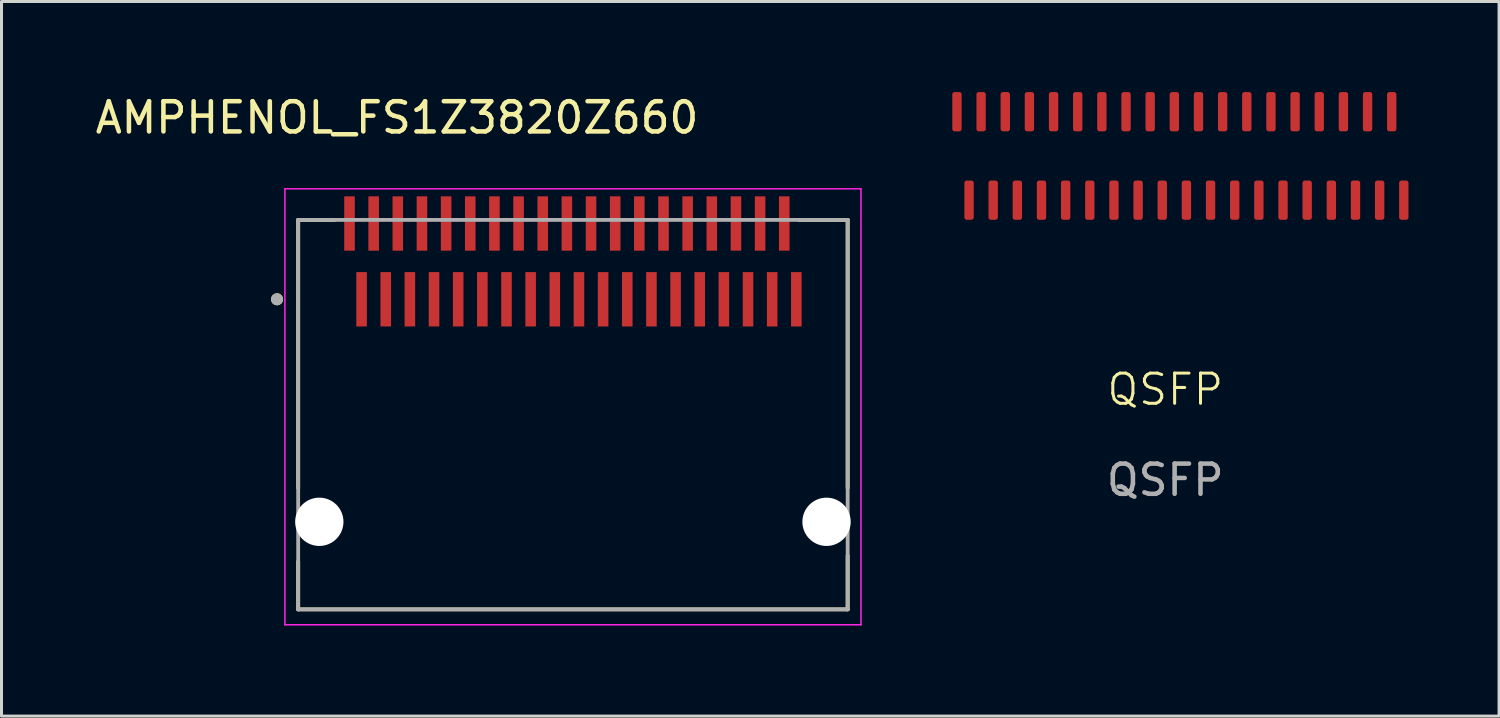
<source format=kicad_pcb>
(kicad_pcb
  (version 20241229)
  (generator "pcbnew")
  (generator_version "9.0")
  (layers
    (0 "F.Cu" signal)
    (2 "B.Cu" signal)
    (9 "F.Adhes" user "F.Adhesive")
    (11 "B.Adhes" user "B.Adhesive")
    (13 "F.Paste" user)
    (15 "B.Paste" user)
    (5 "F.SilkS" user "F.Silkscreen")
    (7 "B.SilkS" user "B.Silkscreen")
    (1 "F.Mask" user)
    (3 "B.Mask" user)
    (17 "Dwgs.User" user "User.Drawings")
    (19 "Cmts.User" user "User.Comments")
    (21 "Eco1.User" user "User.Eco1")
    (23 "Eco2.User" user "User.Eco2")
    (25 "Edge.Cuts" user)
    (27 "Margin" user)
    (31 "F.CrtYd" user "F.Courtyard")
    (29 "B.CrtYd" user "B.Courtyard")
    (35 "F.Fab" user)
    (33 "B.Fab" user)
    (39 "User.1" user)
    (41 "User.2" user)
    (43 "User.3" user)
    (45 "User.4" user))
  (footprint "QSFP"
    (layer "F.Cu")
    (at 35.246 2.25)
    (property "Reference" "QSFP" (at 0.3 7.6 0) (unlocked yes) (layer "F.SilkS") (effects (font (size 1 1) (thickness 0.1))))
    (attr smd)
    (fp_text user "${REFERENCE}" (at 0.3 10.6 0) (unlocked yes) (layer "F.Fab") (effects (font (size 1 1) (thickness 0.15))))
    (pad "1" smd roundrect (at 7.8 -1.6) (size 0.31 1.3) (layers "F.Cu" "F.Mask" "F.Paste") (roundrect_rratio 0.25))
    (pad "2" smd roundrect (at 7 -1.6) (size 0.31 1.3) (layers "F.Cu" "F.Mask" "F.Paste") (roundrect_rratio 0.25))
    (pad "3" smd roundrect (at 6.2 -1.6) (size 0.31 1.3) (layers "F.Cu" "F.Mask" "F.Paste") (roundrect_rratio 0.25))
    (pad "4" smd roundrect (at 5.4 -1.6) (size 0.31 1.3) (layers "F.Cu" "F.Mask" "F.Paste") (roundrect_rratio 0.25))
    (pad "5" smd roundrect (at 4.6 -1.6) (size 0.31 1.3) (layers "F.Cu" "F.Mask" "F.Paste") (roundrect_rratio 0.25))
    (pad "6" smd roundrect (at 3.8 -1.6) (size 0.31 1.3) (layers "F.Cu" "F.Mask" "F.Paste") (roundrect_rratio 0.25))
    (pad "7" smd roundrect (at 3 -1.6) (size 0.31 1.3) (layers "F.Cu" "F.Mask" "F.Paste") (roundrect_rratio 0.25))
    (pad "8" smd roundrect (at 2.2 -1.6) (size 0.31 1.3) (layers "F.Cu" "F.Mask" "F.Paste") (roundrect_rratio 0.25))
    (pad "9" smd roundrect (at 1.4 -1.6) (size 0.31 1.3) (layers "F.Cu" "F.Mask" "F.Paste") (roundrect_rratio 0.25))
    (pad "10" smd roundrect (at 0.6 -1.6) (size 0.31 1.3) (layers "F.Cu" "F.Mask" "F.Paste") (roundrect_rratio 0.25))
    (pad "11" smd roundrect (at -0.2 -1.6) (size 0.31 1.3) (layers "F.Cu" "F.Mask" "F.Paste") (roundrect_rratio 0.25))
    (pad "12" smd roundrect (at -1 -1.6) (size 0.31 1.3) (layers "F.Cu" "F.Mask" "F.Paste") (roundrect_rratio 0.25))
    (pad "13" smd roundrect (at -1.8 -1.6) (size 0.31 1.3) (layers "F.Cu" "F.Mask" "F.Paste") (roundrect_rratio 0.25))
    (pad "14" smd roundrect (at -2.6 -1.6) (size 0.31 1.3) (layers "F.Cu" "F.Mask" "F.Paste") (roundrect_rratio 0.25))
    (pad "15" smd roundrect (at -3.4 -1.6) (size 0.31 1.3) (layers "F.Cu" "F.Mask" "F.Paste") (roundrect_rratio 0.25))
    (pad "16" smd roundrect (at -4.2 -1.6) (size 0.31 1.3) (layers "F.Cu" "F.Mask" "F.Paste") (roundrect_rratio 0.25))
    (pad "17" smd roundrect (at -5 -1.6) (size 0.31 1.3) (layers "F.Cu" "F.Mask" "F.Paste") (roundrect_rratio 0.25))
    (pad "18" smd roundrect (at -5.8 -1.6) (size 0.31 1.3) (layers "F.Cu" "F.Mask" "F.Paste") (roundrect_rratio 0.25))
    (pad "19" smd roundrect (at -6.6 -1.6) (size 0.31 1.3) (layers "F.Cu" "F.Mask" "F.Paste") (roundrect_rratio 0.25))
    (pad "20" smd roundrect (at -6.2 1.33 180) (size 0.31 1.3) (layers "F.Cu" "F.Mask" "F.Paste") (roundrect_rratio 0.25))
    (pad "21" smd roundrect (at -5.4 1.33 180) (size 0.31 1.3) (layers "F.Cu" "F.Mask" "F.Paste") (roundrect_rratio 0.25))
    (pad "22" smd roundrect (at -4.6 1.33 180) (size 0.31 1.3) (layers "F.Cu" "F.Mask" "F.Paste") (roundrect_rratio 0.25))
    (pad "23" smd roundrect (at -3.8 1.33 180) (size 0.31 1.3) (layers "F.Cu" "F.Mask" "F.Paste") (roundrect_rratio 0.25))
    (pad "24" smd roundrect (at -3 1.33 180) (size 0.31 1.3) (layers "F.Cu" "F.Mask" "F.Paste") (roundrect_rratio 0.25))
    (pad "25" smd roundrect (at -2.2 1.33 180) (size 0.31 1.3) (layers "F.Cu" "F.Mask" "F.Paste") (roundrect_rratio 0.25))
    (pad "26" smd roundrect (at -1.4 1.33 180) (size 0.31 1.3) (layers "F.Cu" "F.Mask" "F.Paste") (roundrect_rratio 0.25))
    (pad "27" smd roundrect (at -0.6 1.33 180) (size 0.31 1.3) (layers "F.Cu" "F.Mask" "F.Paste") (roundrect_rratio 0.25))
    (pad "28" smd roundrect (at 0.2 1.33 180) (size 0.31 1.3) (layers "F.Cu" "F.Mask" "F.Paste") (roundrect_rratio 0.25))
    (pad "29" smd roundrect (at 1 1.33 180) (size 0.31 1.3) (layers "F.Cu" "F.Mask" "F.Paste") (roundrect_rratio 0.25))
    (pad "30" smd roundrect (at 1.8 1.33 180) (size 0.31 1.3) (layers "F.Cu" "F.Mask" "F.Paste") (roundrect_rratio 0.25))
    (pad "31" smd roundrect (at 2.6 1.33 180) (size 0.31 1.3) (layers "F.Cu" "F.Mask" "F.Paste") (roundrect_rratio 0.25))
    (pad "32" smd roundrect (at 3.4 1.33 180) (size 0.31 1.3) (layers "F.Cu" "F.Mask" "F.Paste") (roundrect_rratio 0.25))
    (pad "33" smd roundrect (at 4.2 1.33 180) (size 0.31 1.3) (layers "F.Cu" "F.Mask" "F.Paste") (roundrect_rratio 0.25))
    (pad "34" smd roundrect (at 5 1.33 180) (size 0.31 1.3) (layers "F.Cu" "F.Mask" "F.Paste") (roundrect_rratio 0.25))
    (pad "35" smd roundrect (at 5.8 1.33 180) (size 0.31 1.3) (layers "F.Cu" "F.Mask" "F.Paste") (roundrect_rratio 0.25))
    (pad "36" smd roundrect (at 6.6 1.33 180) (size 0.31 1.3) (layers "F.Cu" "F.Mask" "F.Paste") (roundrect_rratio 0.25))
    (pad "37" smd roundrect (at 7.4 1.33 180) (size 0.31 1.3) (layers "F.Cu" "F.Mask" "F.Paste") (roundrect_rratio 0.25))
    (pad "38" smd roundrect (at 8.2 1.33 180) (size 0.31 1.3) (layers "F.Cu" "F.Mask" "F.Paste") (roundrect_rratio 0.25)))
  (footprint "AMPHENOL_FS1Z3820Z660"
    (layer "F.Cu")
    (at 15.926 14.233)
    (property "Reference" "AMPHENOL_FS1Z3820Z660" (at -5.825 -13.385 0) (layer "F.SilkS") (effects (font (size 1 1) (thickness 0.15))))
    (attr smd)
    (fp_line (start -9.1 -10) (end -7.895 -10) (stroke (width 0.127) (type solid)) (layer "F.SilkS"))
    (fp_line (start -9.1 -1.12) (end -9.1 -10) (stroke (width 0.127) (type solid)) (layer "F.SilkS"))
    (fp_line (start -9.1 2.9) (end -9.1 1.32) (stroke (width 0.127) (type solid)) (layer "F.SilkS"))
    (fp_line (start 9.1 -10) (end 7.495 -10) (stroke (width 0.127) (type solid)) (layer "F.SilkS"))
    (fp_line (start 9.1 -1.12) (end 9.1 -10) (stroke (width 0.127) (type solid)) (layer "F.SilkS"))
    (fp_line (start 9.1 1.12) (end 9.1 2.9) (stroke (width 0.127) (type solid)) (layer "F.SilkS"))
    (fp_line (start 9.1 2.9) (end -9.1 2.9) (stroke (width 0.127) (type solid)) (layer "F.SilkS"))
    (fp_circle (center -9.8 -7.37) (end -9.7 -7.37) (stroke (width 0.2) (type solid)) (fill no) (layer "F.SilkS"))
    (fp_line (start -9.54 -11.03) (end -9.54 3.41) (stroke (width 0.05) (type solid)) (layer "F.CrtYd"))
    (fp_line (start -9.54 3.41) (end 9.54 3.41) (stroke (width 0.05) (type solid)) (layer "F.CrtYd"))
    (fp_line (start 9.54 -11.03) (end -9.54 -11.03) (stroke (width 0.05) (type solid)) (layer "F.CrtYd"))
    (fp_line (start 9.54 3.41) (end 9.54 -11.03) (stroke (width 0.05) (type solid)) (layer "F.CrtYd"))
    (fp_line (start -9.1 -10) (end 9.1 -10) (stroke (width 0.127) (type solid)) (layer "F.Fab"))
    (fp_line (start -9.1 2.9) (end -9.1 -10) (stroke (width 0.127) (type solid)) (layer "F.Fab"))
    (fp_line (start 9.1 -10) (end 9.1 2.9) (stroke (width 0.127) (type solid)) (layer "F.Fab"))
    (fp_line (start 9.1 2.9) (end -9.1 2.9) (stroke (width 0.127) (type solid)) (layer "F.Fab"))
    (fp_circle (center -9.8 -7.37) (end -9.7 -7.37) (stroke (width 0.2) (type solid)) (fill no) (layer "F.Fab"))
    (pad "" np_thru_hole circle (at -8.4 0) (size 1.6 1.6) (drill 1.6) (layers "*.Cu" "*.Mask"))
    (pad "" np_thru_hole circle (at 8.4 0) (size 1.6 1.6) (drill 1.6) (layers "*.Cu" "*.Mask"))
    (pad "1" smd rect (at -7 -7.37) (size 0.35 1.8) (layers "F.Cu" "F.Mask" "F.Paste"))
    (pad "2" smd rect (at -6.2 -7.37) (size 0.35 1.8) (layers "F.Cu" "F.Mask" "F.Paste"))
    (pad "3" smd rect (at -5.4 -7.37) (size 0.35 1.8) (layers "F.Cu" "F.Mask" "F.Paste"))
    (pad "4" smd rect (at -4.6 -7.37) (size 0.35 1.8) (layers "F.Cu" "F.Mask" "F.Paste"))
    (pad "5" smd rect (at -3.8 -7.37) (size 0.35 1.8) (layers "F.Cu" "F.Mask" "F.Paste"))
    (pad "6" smd rect (at -3 -7.37) (size 0.35 1.8) (layers "F.Cu" "F.Mask" "F.Paste"))
    (pad "7" smd rect (at -2.2 -7.37) (size 0.35 1.8) (layers "F.Cu" "F.Mask" "F.Paste"))
    (pad "8" smd rect (at -1.4 -7.37) (size 0.35 1.8) (layers "F.Cu" "F.Mask" "F.Paste"))
    (pad "9" smd rect (at -0.6 -7.37) (size 0.35 1.8) (layers "F.Cu" "F.Mask" "F.Paste"))
    (pad "10" smd rect (at 0.2 -7.37) (size 0.35 1.8) (layers "F.Cu" "F.Mask" "F.Paste"))
    (pad "11" smd rect (at 1 -7.37) (size 0.35 1.8) (layers "F.Cu" "F.Mask" "F.Paste"))
    (pad "12" smd rect (at 1.8 -7.37) (size 0.35 1.8) (layers "F.Cu" "F.Mask" "F.Paste"))
    (pad "13" smd rect (at 2.6 -7.37) (size 0.35 1.8) (layers "F.Cu" "F.Mask" "F.Paste"))
    (pad "14" smd rect (at 3.4 -7.37) (size 0.35 1.8) (layers "F.Cu" "F.Mask" "F.Paste"))
    (pad "15" smd rect (at 4.2 -7.37) (size 0.35 1.8) (layers "F.Cu" "F.Mask" "F.Paste"))
    (pad "16" smd rect (at 5 -7.37) (size 0.35 1.8) (layers "F.Cu" "F.Mask" "F.Paste"))
    (pad "17" smd rect (at 5.8 -7.37) (size 0.35 1.8) (layers "F.Cu" "F.Mask" "F.Paste"))
    (pad "18" smd rect (at 6.6 -7.37) (size 0.35 1.8) (layers "F.Cu" "F.Mask" "F.Paste"))
    (pad "19" smd rect (at 7.4 -7.37) (size 0.35 1.8) (layers "F.Cu" "F.Mask" "F.Paste"))
    (pad "20" smd rect (at 7 -9.88) (size 0.35 1.8) (layers "F.Cu" "F.Mask" "F.Paste"))
    (pad "21" smd rect (at 6.2 -9.88) (size 0.35 1.8) (layers "F.Cu" "F.Mask" "F.Paste"))
    (pad "22" smd rect (at 5.4 -9.88) (size 0.35 1.8) (layers "F.Cu" "F.Mask" "F.Paste"))
    (pad "23" smd rect (at 4.6 -9.88) (size 0.35 1.8) (layers "F.Cu" "F.Mask" "F.Paste"))
    (pad "24" smd rect (at 3.8 -9.88) (size 0.35 1.8) (layers "F.Cu" "F.Mask" "F.Paste"))
    (pad "25" smd rect (at 3 -9.88) (size 0.35 1.8) (layers "F.Cu" "F.Mask" "F.Paste"))
    (pad "26" smd rect (at 2.2 -9.88) (size 0.35 1.8) (layers "F.Cu" "F.Mask" "F.Paste"))
    (pad "27" smd rect (at 1.4 -9.88) (size 0.35 1.8) (layers "F.Cu" "F.Mask" "F.Paste"))
    (pad "28" smd rect (at 0.6 -9.88) (size 0.35 1.8) (layers "F.Cu" "F.Mask" "F.Paste"))
    (pad "29" smd rect (at -0.2 -9.88) (size 0.35 1.8) (layers "F.Cu" "F.Mask" "F.Paste"))
    (pad "30" smd rect (at -1 -9.88) (size 0.35 1.8) (layers "F.Cu" "F.Mask" "F.Paste"))
    (pad "31" smd rect (at -1.8 -9.88) (size 0.35 1.8) (layers "F.Cu" "F.Mask" "F.Paste"))
    (pad "32" smd rect (at -2.6 -9.88) (size 0.35 1.8) (layers "F.Cu" "F.Mask" "F.Paste"))
    (pad "33" smd rect (at -3.4 -9.88) (size 0.35 1.8) (layers "F.Cu" "F.Mask" "F.Paste"))
    (pad "34" smd rect (at -4.2 -9.88) (size 0.35 1.8) (layers "F.Cu" "F.Mask" "F.Paste"))
    (pad "35" smd rect (at -5 -9.88) (size 0.35 1.8) (layers "F.Cu" "F.Mask" "F.Paste"))
    (pad "36" smd rect (at -5.8 -9.88) (size 0.35 1.8) (layers "F.Cu" "F.Mask" "F.Paste"))
    (pad "37" smd rect (at -6.6 -9.88) (size 0.35 1.8) (layers "F.Cu" "F.Mask" "F.Paste"))
    (pad "38" smd rect (at -7.4 -9.88) (size 0.35 1.8) (layers "F.Cu" "F.Mask" "F.Paste"))
    (zone (net_name "") (layer "F.Cu") (hatch full 0.508) (connect_pads) (min_thickness 0.01) (filled_areas_thickness no) (keepout (tracks not_allowed) (vias not_allowed) (pads not_allowed) (copperpour not_allowed) (footprints allowed)) (placement (enabled no)) (fill) (polygon (pts (xy 6.636 16.393) (xy 8.416 16.393) (xy 8.416 17.393) (xy 6.636 17.393))))
    (zone (net_name "") (layer "F.Cu") (hatch full 0.508) (connect_pads) (min_thickness 0.01) (filled_areas_thickness no) (keepout (tracks not_allowed) (vias not_allowed) (pads not_allowed) (copperpour not_allowed) (footprints allowed)) (placement (enabled no)) (fill) (polygon (pts (xy 23.436 16.393) (xy 25.216 16.393) (xy 25.216 17.393) (xy 23.436 17.393))))
    (zone (net_name "") (layers "F.Cu" "B.Cu") (hatch full 0.508) (connect_pads) (min_thickness 0.01) (filled_areas_thickness no) (keepout (tracks allowed) (vias not_allowed) (pads allowed) (copperpour allowed) (footprints allowed)) (placement (enabled no)) (fill) (polygon (pts (xy 6.636 16.393) (xy 8.416 16.393) (xy 8.416 17.393) (xy 6.636 17.393))))
    (zone (net_name "") (layers "F.Cu" "B.Cu") (hatch full 0.508) (connect_pads) (min_thickness 0.01) (filled_areas_thickness no) (keepout (tracks allowed) (vias not_allowed) (pads allowed) (copperpour allowed) (footprints allowed)) (placement (enabled no)) (fill) (polygon (pts (xy 23.436 16.393) (xy 25.216 16.393) (xy 25.216 17.393) (xy 23.436 17.393)))))
  (gr_rect
    (start -3 -3)
    (end 46.601 20.668)
    (stroke (width 0.1) (type default))
    (fill no)
    (layer "Edge.Cuts")))
</source>
